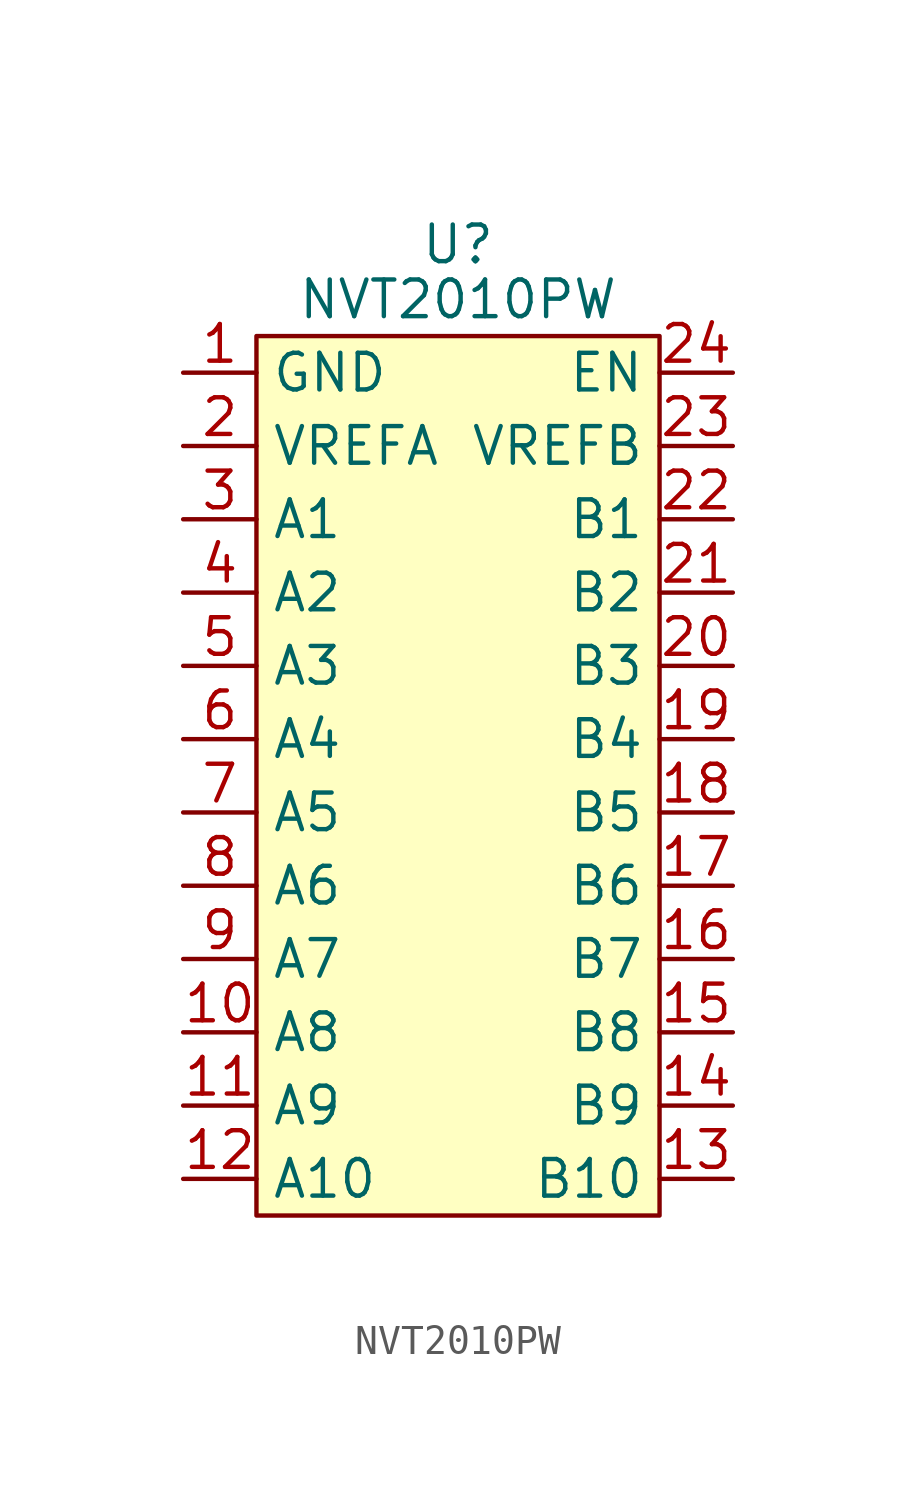
<source format=kicad_sym>
(kicad_symbol_lib
  (version 20211014)
  (generator kicad_symbol_editor)
  (symbol "NVT2010PW"
    (property "Reference" "U"
      (at -0.635 10.795 0)
      (effects (font (size 1.27 1.27))))
    (property "Value" "NVT2010PW"
      (at -0.635 8.89 0)
      (effects (font (size 1.27 1.27))))
    (symbol "NVT2010PW_0_1"
      (rectangle (start -7.62 7.62) (end 6.35 -22.86) (stroke (width 0) (type default) (color 0 0 0 0)) (fill (type background))))
    (symbol "NVT2010PW_1_1"
      (pin input line (at -10.16 6.35 0) (length 2.54) (name "GND" (effects (font (size 1.27 1.27)))) (number "1" (effects (font (size 1.27 1.27)))))
      (pin input line (at -10.16 -16.51 0) (length 2.54) (name "A8" (effects (font (size 1.27 1.27)))) (number "10" (effects (font (size 1.27 1.27)))))
      (pin input line (at -10.16 -19.05 0) (length 2.54) (name "A9" (effects (font (size 1.27 1.27)))) (number "11" (effects (font (size 1.27 1.27)))))
      (pin input line (at -10.16 -21.59 0) (length 2.54) (name "A10" (effects (font (size 1.27 1.27)))) (number "12" (effects (font (size 1.27 1.27)))))
      (pin input line (at 8.89 -21.59 180) (length 2.54) (name "B10" (effects (font (size 1.27 1.27)))) (number "13" (effects (font (size 1.27 1.27)))))
      (pin input line (at 8.89 -19.05 180) (length 2.54) (name "B9" (effects (font (size 1.27 1.27)))) (number "14" (effects (font (size 1.27 1.27)))))
      (pin input line (at 8.89 -16.51 180) (length 2.54) (name "B8" (effects (font (size 1.27 1.27)))) (number "15" (effects (font (size 1.27 1.27)))))
      (pin input line (at 8.89 -13.97 180) (length 2.54) (name "B7" (effects (font (size 1.27 1.27)))) (number "16" (effects (font (size 1.27 1.27)))))
      (pin input line (at 8.89 -11.43 180) (length 2.54) (name "B6" (effects (font (size 1.27 1.27)))) (number "17" (effects (font (size 1.27 1.27)))))
      (pin input line (at 8.89 -8.89 180) (length 2.54) (name "B5" (effects (font (size 1.27 1.27)))) (number "18" (effects (font (size 1.27 1.27)))))
      (pin input line (at 8.89 -6.35 180) (length 2.54) (name "B4" (effects (font (size 1.27 1.27)))) (number "19" (effects (font (size 1.27 1.27)))))
      (pin input line (at -10.16 3.81 0) (length 2.54) (name "VREFA" (effects (font (size 1.27 1.27)))) (number "2" (effects (font (size 1.27 1.27)))))
      (pin input line (at 8.89 -3.81 180) (length 2.54) (name "B3" (effects (font (size 1.27 1.27)))) (number "20" (effects (font (size 1.27 1.27)))))
      (pin input line (at 8.89 -1.27 180) (length 2.54) (name "B2" (effects (font (size 1.27 1.27)))) (number "21" (effects (font (size 1.27 1.27)))))
      (pin input line (at 8.89 1.27 180) (length 2.54) (name "B1" (effects (font (size 1.27 1.27)))) (number "22" (effects (font (size 1.27 1.27)))))
      (pin input line (at 8.89 3.81 180) (length 2.54) (name "VREFB" (effects (font (size 1.27 1.27)))) (number "23" (effects (font (size 1.27 1.27)))))
      (pin input line (at 8.89 6.35 180) (length 2.54) (name "EN" (effects (font (size 1.27 1.27)))) (number "24" (effects (font (size 1.27 1.27)))))
      (pin input line (at -10.16 1.27 0) (length 2.54) (name "A1" (effects (font (size 1.27 1.27)))) (number "3" (effects (font (size 1.27 1.27)))))
      (pin input line (at -10.16 -1.27 0) (length 2.54) (name "A2" (effects (font (size 1.27 1.27)))) (number "4" (effects (font (size 1.27 1.27)))))
      (pin input line (at -10.16 -3.81 0) (length 2.54) (name "A3" (effects (font (size 1.27 1.27)))) (number "5" (effects (font (size 1.27 1.27)))))
      (pin input line (at -10.16 -6.35 0) (length 2.54) (name "A4" (effects (font (size 1.27 1.27)))) (number "6" (effects (font (size 1.27 1.27)))))
      (pin input line (at -10.16 -8.89 0) (length 2.54) (name "A5" (effects (font (size 1.27 1.27)))) (number "7" (effects (font (size 1.27 1.27)))))
      (pin input line (at -10.16 -11.43 0) (length 2.54) (name "A6" (effects (font (size 1.27 1.27)))) (number "8" (effects (font (size 1.27 1.27)))))
      (pin input line (at -10.16 -13.97 0) (length 2.54) (name "A7" (effects (font (size 1.27 1.27)))) (number "9" (effects (font (size 1.27 1.27))))))))
</source>
